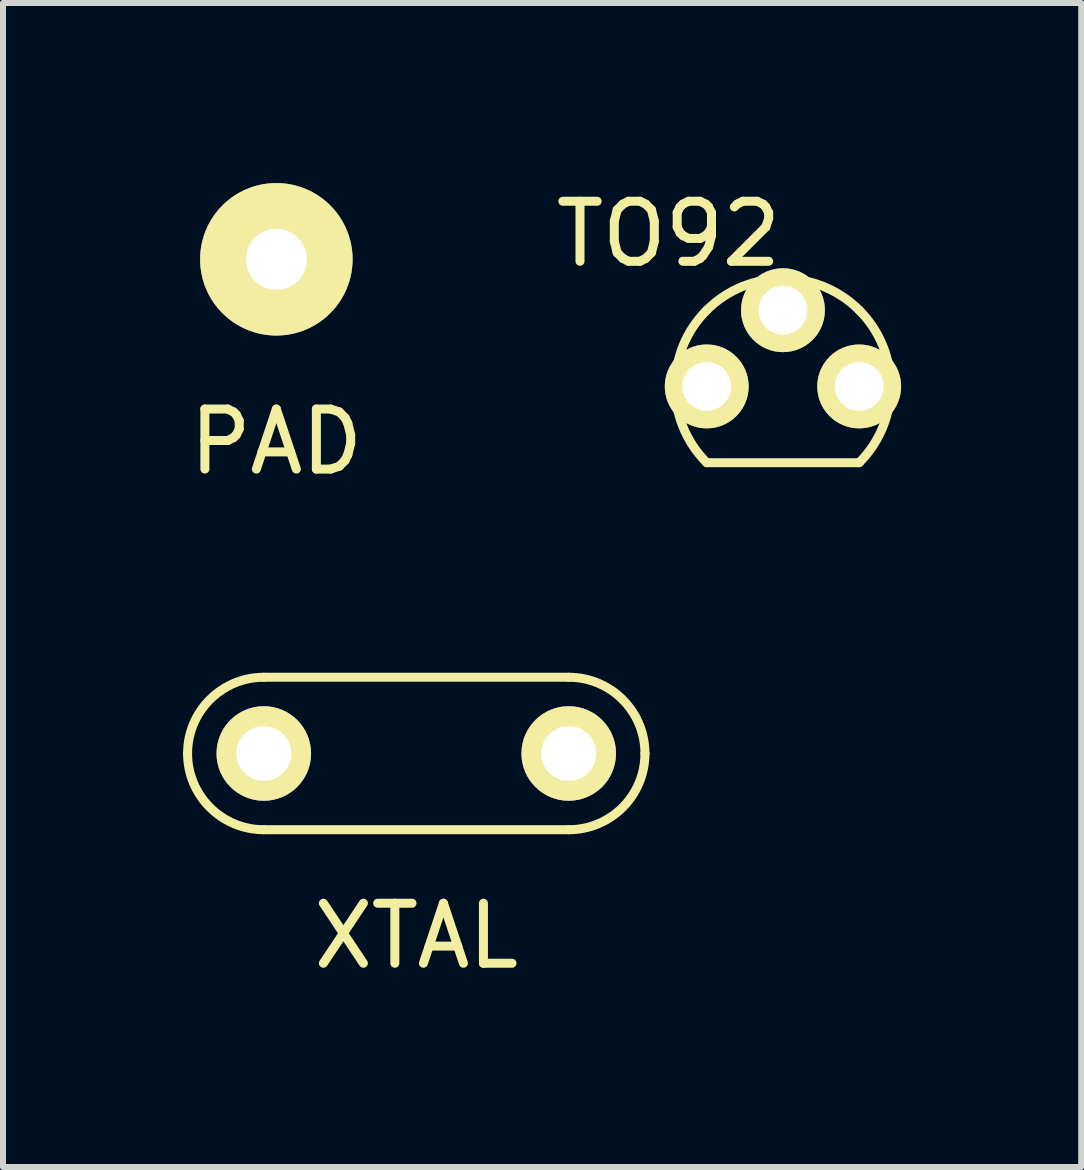
<source format=kicad_pcb>
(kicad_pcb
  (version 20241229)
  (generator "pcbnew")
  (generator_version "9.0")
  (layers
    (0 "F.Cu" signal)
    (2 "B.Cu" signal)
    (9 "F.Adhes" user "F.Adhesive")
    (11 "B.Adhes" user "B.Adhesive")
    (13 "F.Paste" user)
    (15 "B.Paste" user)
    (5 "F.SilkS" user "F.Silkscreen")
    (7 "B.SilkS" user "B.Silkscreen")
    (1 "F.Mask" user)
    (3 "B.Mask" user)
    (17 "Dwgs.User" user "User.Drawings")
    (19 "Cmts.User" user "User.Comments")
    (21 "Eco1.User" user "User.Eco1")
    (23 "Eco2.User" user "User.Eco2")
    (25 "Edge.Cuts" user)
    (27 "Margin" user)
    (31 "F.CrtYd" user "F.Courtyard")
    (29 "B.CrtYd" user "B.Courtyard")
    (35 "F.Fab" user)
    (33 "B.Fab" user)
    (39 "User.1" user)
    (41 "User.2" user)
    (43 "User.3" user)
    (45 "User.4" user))
  (footprint "TO92"
    (layer "F.Cu")
    (at 9.994 3.388)
    (property "Reference" "TO92" (at -1.905 -2.54 0) (layer "F.SilkS") (effects (font (size 1 1) (thickness 0.15))))
    (attr through_hole)
    (fp_line (start -1.27 1.27) (end 1.27 1.27) (stroke (width 0.15) (type solid)) (layer "F.SilkS"))
    (fp_arc (start -1.27 -1.27) (mid 0 -1.796051) (end 1.27 -1.27) (stroke (width 0.15) (type solid)) (layer "F.SilkS"))
    (fp_arc (start -1.27 1.27) (mid -1.796051 0) (end -1.27 -1.27) (stroke (width 0.15) (type solid)) (layer "F.SilkS"))
    (fp_arc (start 1.27 -1.27) (mid 1.796051 0) (end 1.27 1.27) (stroke (width 0.15) (type solid)) (layer "F.SilkS"))
    (pad "1" thru_hole circle (at -1.27 0) (size 1.397 1.397) (drill 0.813) (layers "*.Cu" "*.Mask" "F.SilkS"))
    (pad "2" thru_hole circle (at 0 -1.27) (size 1.397 1.397) (drill 0.813) (layers "*.Cu" "*.Mask" "F.SilkS"))
    (pad "3" thru_hole circle (at 1.27 0) (size 1.397 1.397) (drill 0.813) (layers "*.Cu" "*.Mask" "F.SilkS")))
  (footprint "XTAL"
    (layer "F.Cu")
    (at 3.885 9.503)
    (property "Reference" "XTAL" (at 0 3.04 0) (layer "F.SilkS") (effects (font (size 1 1) (thickness 0.15))))
    (attr through_hole)
    (fp_line (start -2.54 -1.27) (end 2.54 -1.27) (stroke (width 0.15) (type solid)) (layer "F.SilkS"))
    (fp_line (start 2.54 1.27) (end -2.54 1.27) (stroke (width 0.15) (type solid)) (layer "F.SilkS"))
    (fp_arc (start -3.81 0) (mid -3.438026 -0.898026) (end -2.54 -1.27) (stroke (width 0.15) (type solid)) (layer "F.SilkS"))
    (fp_arc (start -2.54 1.27) (mid -3.438026 0.898026) (end -3.81 0) (stroke (width 0.15) (type solid)) (layer "F.SilkS"))
    (fp_arc (start 2.54 -1.27) (mid 3.438026 -0.898026) (end 3.81 0) (stroke (width 0.15) (type solid)) (layer "F.SilkS"))
    (fp_arc (start 3.81 0) (mid 3.438026 0.898026) (end 2.54 1.27) (stroke (width 0.15) (type solid)) (layer "F.SilkS"))
    (pad "1" thru_hole circle (at -2.54 0) (size 1.575 1.575) (drill 0.914) (layers "*.Cu" "*.Mask" "F.SilkS"))
    (pad "2" thru_hole circle (at 2.54 0) (size 1.575 1.575) (drill 0.914) (layers "*.Cu" "*.Mask" "F.SilkS")))
  (footprint "PAD"
    (layer "F.Cu")
    (at 1.554 3.81)
    (property "Reference" "PAD" (at 0 0.5 0) (layer "F.SilkS") (effects (font (size 1 1) (thickness 0.15))))
    (attr through_hole)
    (pad "1" thru_hole circle (at 0 -2.54) (size 2.54 2.54) (drill 1.016) (layers "*.Cu" "*.Mask" "F.SilkS")))
  (gr_rect
    (start -3 -3)
    (end 14.963 16.392)
    (stroke (width 0.1) (type default))
    (fill no)
    (layer "Edge.Cuts")))
</source>
